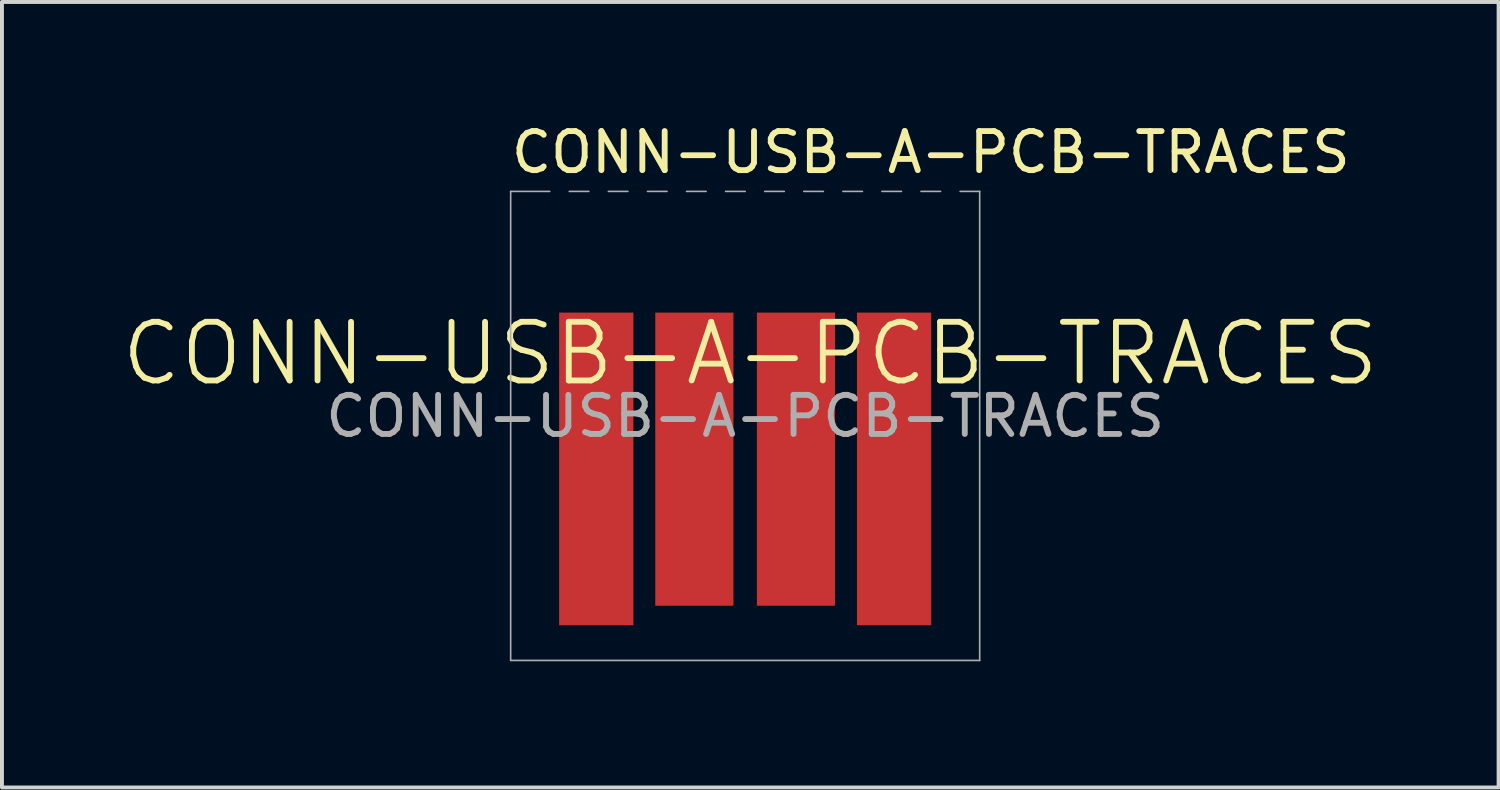
<source format=kicad_pcb>
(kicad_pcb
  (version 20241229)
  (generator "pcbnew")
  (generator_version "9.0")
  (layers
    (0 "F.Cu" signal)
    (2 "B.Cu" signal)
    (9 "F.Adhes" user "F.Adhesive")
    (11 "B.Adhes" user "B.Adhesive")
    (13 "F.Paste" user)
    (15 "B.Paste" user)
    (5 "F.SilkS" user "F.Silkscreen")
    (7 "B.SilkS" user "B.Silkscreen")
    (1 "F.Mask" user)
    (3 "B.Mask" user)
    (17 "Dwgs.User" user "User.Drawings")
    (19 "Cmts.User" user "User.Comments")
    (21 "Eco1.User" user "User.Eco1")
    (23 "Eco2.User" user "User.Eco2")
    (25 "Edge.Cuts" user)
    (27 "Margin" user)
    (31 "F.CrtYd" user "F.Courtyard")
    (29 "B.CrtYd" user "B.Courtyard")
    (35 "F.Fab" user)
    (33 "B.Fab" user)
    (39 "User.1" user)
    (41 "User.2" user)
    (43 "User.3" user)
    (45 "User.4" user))
  (footprint "CONN-USB-A-PCB-TRACES"
    (layer "F.Cu")
    (at 16.016 13.848)
    (property "Reference" "CONN-USB-A-PCB-TRACES" (at 0.13 -7.85 0) (layer "F.SilkS") (effects (font (size 1.5 1.5) (thickness 0.15))))
    (attr exclude_from_pos_files exclude_from_bom)
    (fp_line (start -6 -12) (end -5 -12) (stroke (width 0.041) (type solid)) (layer "F.Fab"))
    (fp_line (start -6 0) (end -6 -12) (stroke (width 0.041) (type solid)) (layer "F.Fab"))
    (fp_line (start -4.5 -12) (end -4 -12) (stroke (width 0.041) (type solid)) (layer "F.Fab"))
    (fp_line (start -3.5 -12) (end -3 -12) (stroke (width 0.041) (type solid)) (layer "F.Fab"))
    (fp_line (start -2.5 -12) (end -2 -12) (stroke (width 0.041) (type solid)) (layer "F.Fab"))
    (fp_line (start -1.5 -12) (end -1 -12) (stroke (width 0.041) (type solid)) (layer "F.Fab"))
    (fp_line (start -0.5 -12) (end 0 -12) (stroke (width 0.041) (type solid)) (layer "F.Fab"))
    (fp_line (start 0.5 -12) (end 1 -12) (stroke (width 0.041) (type solid)) (layer "F.Fab"))
    (fp_line (start 1.5 -12) (end 2 -12) (stroke (width 0.041) (type solid)) (layer "F.Fab"))
    (fp_line (start 2.5 -12) (end 3 -12) (stroke (width 0.041) (type solid)) (layer "F.Fab"))
    (fp_line (start 3.5 -12) (end 4 -12) (stroke (width 0.041) (type solid)) (layer "F.Fab"))
    (fp_line (start 4.5 -12) (end 5 -12) (stroke (width 0.041) (type solid)) (layer "F.Fab"))
    (fp_line (start 5.5 -12) (end 6 -12) (stroke (width 0.041) (type solid)) (layer "F.Fab"))
    (fp_line (start 6 -12) (end 6 0) (stroke (width 0.041) (type solid)) (layer "F.Fab"))
    (fp_line (start 6 0) (end -6 0) (stroke (width 0.041) (type solid)) (layer "F.Fab"))
    (fp_text user "${REFERENCE}" (at 4.75 -13 0) (layer "F.SilkS") (effects (font (size 1 1) (thickness 0.15))))
    (fp_text user "${REFERENCE}" (at 0 -6.25 0) (layer "F.Fab") (effects (font (size 1 1) (thickness 0.15))))
    (pad "1" connect rect (at 3.81 -4.9) (size 1.9 8) (layers "F.Cu" "F.Mask"))
    (pad "2" connect rect (at 1.3 -5.15) (size 2 7.5) (layers "F.Cu" "F.Mask"))
    (pad "3" connect rect (at -1.3 -5.15) (size 2 7.5) (layers "F.Cu" "F.Mask"))
    (pad "4" connect rect (at -3.81 -4.9) (size 1.9 8) (layers "F.Cu" "F.Mask")))
  (gr_rect
    (start -3 -3)
    (end 35.293 17.098)
    (stroke (width 0.1) (type default))
    (fill no)
    (layer "Edge.Cuts")))
</source>
